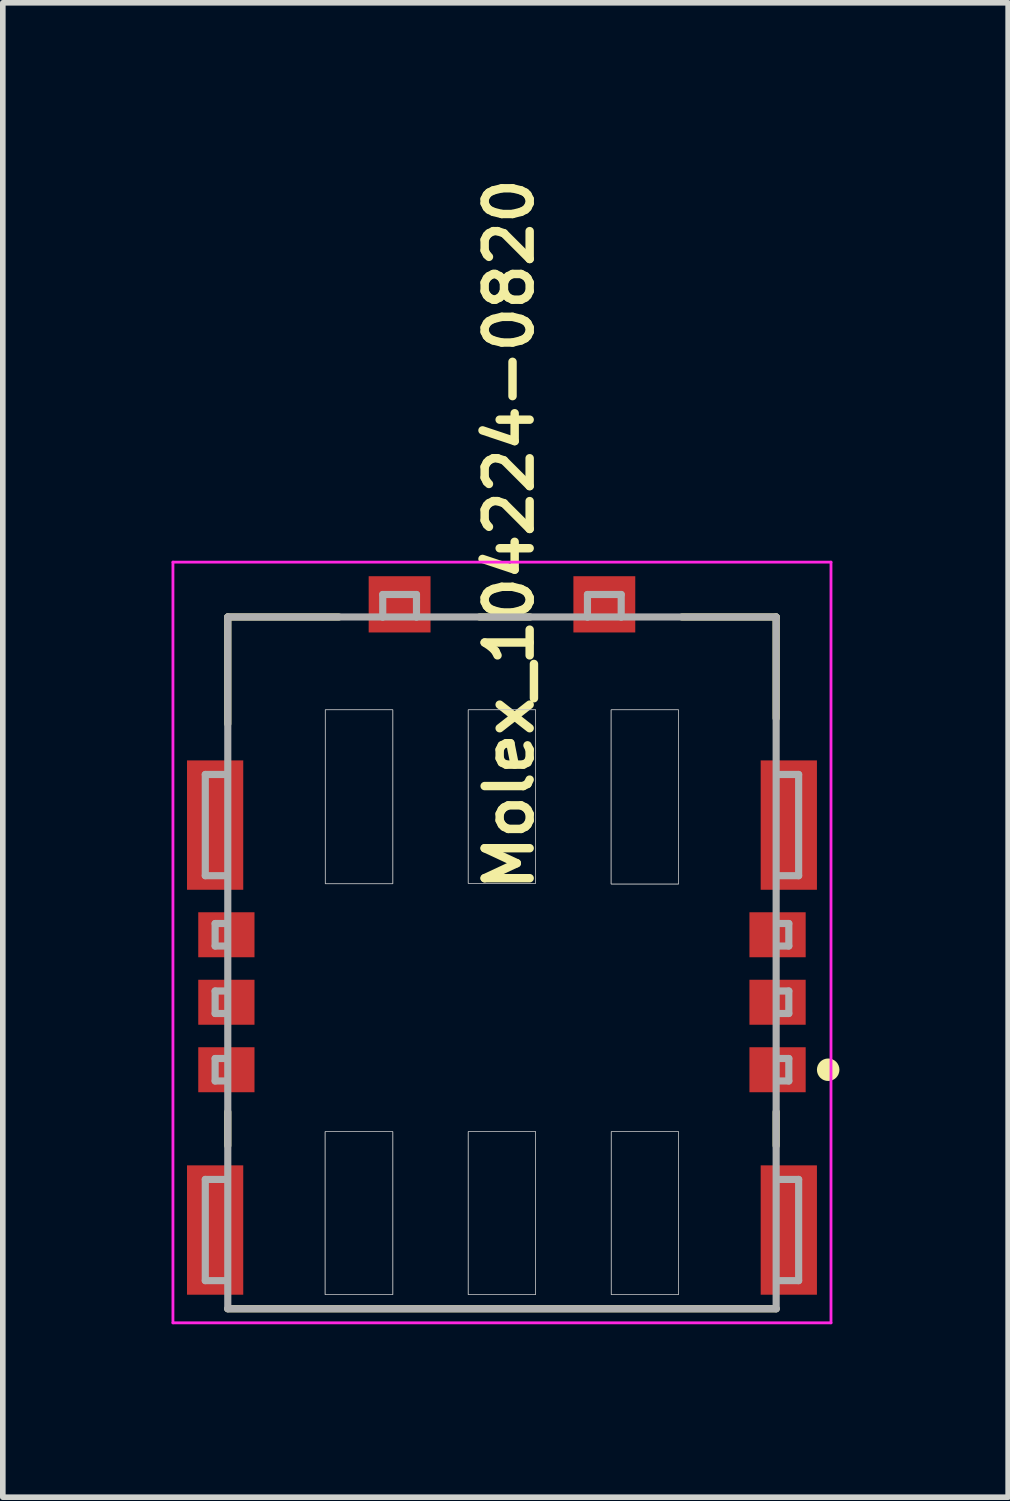
<source format=kicad_pcb>
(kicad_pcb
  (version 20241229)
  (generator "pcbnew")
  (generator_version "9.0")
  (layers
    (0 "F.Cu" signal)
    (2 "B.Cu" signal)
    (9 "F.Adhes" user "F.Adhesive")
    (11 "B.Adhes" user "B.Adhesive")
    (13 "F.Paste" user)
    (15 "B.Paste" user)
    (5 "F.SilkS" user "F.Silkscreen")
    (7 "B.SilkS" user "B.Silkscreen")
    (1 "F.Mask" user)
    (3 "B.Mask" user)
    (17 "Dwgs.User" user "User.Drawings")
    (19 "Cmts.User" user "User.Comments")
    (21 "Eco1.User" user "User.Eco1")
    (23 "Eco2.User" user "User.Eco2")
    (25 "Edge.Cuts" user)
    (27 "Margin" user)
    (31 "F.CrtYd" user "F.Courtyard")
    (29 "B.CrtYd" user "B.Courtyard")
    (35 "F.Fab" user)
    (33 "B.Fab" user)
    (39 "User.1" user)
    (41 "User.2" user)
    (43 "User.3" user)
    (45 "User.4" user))
  (footprint "Molex_104224-0820"
    (layer "F.Cu")
    (at 5.875 20.32)
    (property "Reference" "Molex_104224-0820" (at 0.13 -13.87 270) (layer "F.SilkS") (effects (font (size 0.8 0.8) (thickness 0.15))))
    (attr through_hole)
    (fp_line (start -4.875 -12.4) (end -4.875 -10.5) (stroke (width 0.127) (type solid)) (layer "F.SilkS"))
    (fp_line (start -4.875 -3.6) (end -4.875 -3) (stroke (width 0.127) (type solid)) (layer "F.SilkS"))
    (fp_line (start -4.875 -0.1) (end 4.875 -0.1) (stroke (width 0.127) (type solid)) (layer "F.SilkS"))
    (fp_line (start -2.9 -12.4) (end -4.875 -12.4) (stroke (width 0.127) (type solid)) (layer "F.SilkS"))
    (fp_line (start -0.4 -12.4) (end 0.5 -12.4) (stroke (width 0.127) (type solid)) (layer "F.SilkS"))
    (fp_line (start 3.2 -12.4) (end 4.875 -12.4) (stroke (width 0.127) (type solid)) (layer "F.SilkS"))
    (fp_line (start 4.875 -12.4) (end 4.875 -10.6) (stroke (width 0.127) (type solid)) (layer "F.SilkS"))
    (fp_line (start 4.875 -3.6) (end 4.875 -3) (stroke (width 0.127) (type solid)) (layer "F.SilkS"))
    (fp_circle (center 5.8 -4.35) (end 5.9 -4.35) (stroke (width 0.2) (type solid)) (fill no) (layer "F.SilkS"))
    (fp_poly (pts (xy -3.146 -3.25) (xy -1.94 -3.25) (xy -1.94 -0.351) (xy -3.146 -0.351)) (stroke (width 0.01) (type solid)) (fill no) (layer "Dwgs.User"))
    (fp_poly (pts (xy -3.144 -3.25) (xy -1.94 -3.25) (xy -1.94 -0.35) (xy -3.144 -0.35)) (stroke (width 0.01) (type solid)) (fill no) (layer "Dwgs.User"))
    (fp_poly (pts (xy -3.143 -10.75) (xy -1.94 -10.75) (xy -1.94 -7.656) (xy -3.143 -7.656)) (stroke (width 0.01) (type solid)) (fill no) (layer "Dwgs.User"))
    (fp_poly (pts (xy -3.142 -10.75) (xy -1.94 -10.75) (xy -1.94 -7.656) (xy -3.142 -7.656)) (stroke (width 0.01) (type solid)) (fill no) (layer "Dwgs.User"))
    (fp_poly (pts (xy -0.601 -3.25) (xy 0.6 -3.25) (xy 0.6 -0.351) (xy -0.601 -0.351)) (stroke (width 0.01) (type solid)) (fill no) (layer "Dwgs.User"))
    (fp_poly (pts (xy -0.601 -10.75) (xy 0.6 -10.75) (xy 0.6 -7.663) (xy -0.601 -7.663)) (stroke (width 0.01) (type solid)) (fill no) (layer "Dwgs.User"))
    (fp_poly (pts (xy -0.601 -10.75) (xy 0.6 -10.75) (xy 0.6 -7.663) (xy -0.601 -7.663)) (stroke (width 0.01) (type solid)) (fill no) (layer "Dwgs.User"))
    (fp_poly (pts (xy -0.601 -3.25) (xy 0.6 -3.25) (xy 0.6 -0.35) (xy -0.601 -0.35)) (stroke (width 0.01) (type solid)) (fill no) (layer "Dwgs.User"))
    (fp_poly (pts (xy 1.94 -10.75) (xy 3.14 -10.75) (xy 3.14 -7.651) (xy 1.94 -7.651)) (stroke (width 0.01) (type solid)) (fill no) (layer "Dwgs.User"))
    (fp_poly (pts (xy 1.94 -10.75) (xy 3.14 -10.75) (xy 3.14 -7.652) (xy 1.94 -7.652)) (stroke (width 0.01) (type solid)) (fill no) (layer "Dwgs.User"))
    (fp_poly (pts (xy 1.941 -3.25) (xy 3.14 -3.25) (xy 3.14 -0.35) (xy 1.941 -0.35)) (stroke (width 0.01) (type solid)) (fill no) (layer "Dwgs.User"))
    (fp_poly (pts (xy 1.943 -3.25) (xy 3.14 -3.25) (xy 3.14 -0.351) (xy 1.943 -0.351)) (stroke (width 0.01) (type solid)) (fill no) (layer "Dwgs.User"))
    (fp_line (start -5.85 -13.375) (end -5.85 0.15) (stroke (width 0.05) (type solid)) (layer "F.CrtYd"))
    (fp_line (start -5.85 0.15) (end 5.85 0.15) (stroke (width 0.05) (type solid)) (layer "F.CrtYd"))
    (fp_line (start 5.85 -13.375) (end -5.85 -13.375) (stroke (width 0.05) (type solid)) (layer "F.CrtYd"))
    (fp_line (start 5.85 0.15) (end 5.85 -13.375) (stroke (width 0.05) (type solid)) (layer "F.CrtYd"))
    (fp_line (start -5.275 -9.6) (end -5.275 -7.8) (stroke (width 0.127) (type solid)) (layer "F.Fab"))
    (fp_line (start -5.275 -7.8) (end -4.9 -7.8) (stroke (width 0.127) (type solid)) (layer "F.Fab"))
    (fp_line (start -5.275 -2.4) (end -5.275 -0.6) (stroke (width 0.127) (type solid)) (layer "F.Fab"))
    (fp_line (start -5.275 -0.6) (end -4.9 -0.6) (stroke (width 0.127) (type solid)) (layer "F.Fab"))
    (fp_line (start -5.1 -6.95) (end -5.1 -6.55) (stroke (width 0.127) (type solid)) (layer "F.Fab"))
    (fp_line (start -5.1 -6.55) (end -4.9 -6.55) (stroke (width 0.127) (type solid)) (layer "F.Fab"))
    (fp_line (start -5.1 -5.75) (end -5.1 -5.35) (stroke (width 0.127) (type solid)) (layer "F.Fab"))
    (fp_line (start -5.1 -5.35) (end -4.9 -5.35) (stroke (width 0.127) (type solid)) (layer "F.Fab"))
    (fp_line (start -5.1 -4.55) (end -5.1 -4.15) (stroke (width 0.127) (type solid)) (layer "F.Fab"))
    (fp_line (start -5.1 -4.15) (end -4.9 -4.15) (stroke (width 0.127) (type solid)) (layer "F.Fab"))
    (fp_line (start -4.9 -9.6) (end -5.275 -9.6) (stroke (width 0.127) (type solid)) (layer "F.Fab"))
    (fp_line (start -4.9 -6.95) (end -5.1 -6.95) (stroke (width 0.127) (type solid)) (layer "F.Fab"))
    (fp_line (start -4.9 -5.75) (end -5.1 -5.75) (stroke (width 0.127) (type solid)) (layer "F.Fab"))
    (fp_line (start -4.9 -4.55) (end -5.1 -4.55) (stroke (width 0.127) (type solid)) (layer "F.Fab"))
    (fp_line (start -4.9 -2.4) (end -5.275 -2.4) (stroke (width 0.127) (type solid)) (layer "F.Fab"))
    (fp_line (start -4.875 -12.4) (end -2.12 -12.4) (stroke (width 0.127) (type solid)) (layer "F.Fab"))
    (fp_line (start -4.875 -0.1) (end -4.875 -12.4) (stroke (width 0.127) (type solid)) (layer "F.Fab"))
    (fp_line (start -2.12 -12.8) (end -2.12 -12.4) (stroke (width 0.127) (type solid)) (layer "F.Fab"))
    (fp_line (start -2.12 -12.4) (end -1.52 -12.4) (stroke (width 0.127) (type solid)) (layer "F.Fab"))
    (fp_line (start -1.52 -12.8) (end -2.12 -12.8) (stroke (width 0.127) (type solid)) (layer "F.Fab"))
    (fp_line (start -1.52 -12.4) (end -1.52 -12.8) (stroke (width 0.127) (type solid)) (layer "F.Fab"))
    (fp_line (start -1.52 -12.4) (end 1.52 -12.4) (stroke (width 0.127) (type solid)) (layer "F.Fab"))
    (fp_line (start 1.52 -12.8) (end 1.52 -12.4) (stroke (width 0.127) (type solid)) (layer "F.Fab"))
    (fp_line (start 1.52 -12.4) (end 2.12 -12.4) (stroke (width 0.127) (type solid)) (layer "F.Fab"))
    (fp_line (start 2.12 -12.8) (end 1.52 -12.8) (stroke (width 0.127) (type solid)) (layer "F.Fab"))
    (fp_line (start 2.12 -12.4) (end 2.12 -12.8) (stroke (width 0.127) (type solid)) (layer "F.Fab"))
    (fp_line (start 2.12 -12.4) (end 4.875 -12.4) (stroke (width 0.127) (type solid)) (layer "F.Fab"))
    (fp_line (start 4.875 -12.4) (end 4.875 -0.1) (stroke (width 0.127) (type solid)) (layer "F.Fab"))
    (fp_line (start 4.875 -0.1) (end -4.875 -0.1) (stroke (width 0.127) (type solid)) (layer "F.Fab"))
    (fp_line (start 4.9 -7.8) (end 5.275 -7.8) (stroke (width 0.127) (type solid)) (layer "F.Fab"))
    (fp_line (start 4.9 -6.55) (end 5.1 -6.55) (stroke (width 0.127) (type solid)) (layer "F.Fab"))
    (fp_line (start 4.9 -5.35) (end 5.1 -5.35) (stroke (width 0.127) (type solid)) (layer "F.Fab"))
    (fp_line (start 4.9 -4.15) (end 5.1 -4.15) (stroke (width 0.127) (type solid)) (layer "F.Fab"))
    (fp_line (start 4.9 -0.6) (end 5.275 -0.6) (stroke (width 0.127) (type solid)) (layer "F.Fab"))
    (fp_line (start 5.1 -6.95) (end 4.9 -6.95) (stroke (width 0.127) (type solid)) (layer "F.Fab"))
    (fp_line (start 5.1 -6.55) (end 5.1 -6.95) (stroke (width 0.127) (type solid)) (layer "F.Fab"))
    (fp_line (start 5.1 -5.75) (end 4.9 -5.75) (stroke (width 0.127) (type solid)) (layer "F.Fab"))
    (fp_line (start 5.1 -5.35) (end 5.1 -5.75) (stroke (width 0.127) (type solid)) (layer "F.Fab"))
    (fp_line (start 5.1 -4.55) (end 4.9 -4.55) (stroke (width 0.127) (type solid)) (layer "F.Fab"))
    (fp_line (start 5.1 -4.15) (end 5.1 -4.55) (stroke (width 0.127) (type solid)) (layer "F.Fab"))
    (fp_line (start 5.275 -9.6) (end 4.9 -9.6) (stroke (width 0.127) (type solid)) (layer "F.Fab"))
    (fp_line (start 5.275 -7.8) (end 5.275 -9.6) (stroke (width 0.127) (type solid)) (layer "F.Fab"))
    (fp_line (start 5.275 -2.4) (end 4.9 -2.4) (stroke (width 0.127) (type solid)) (layer "F.Fab"))
    (fp_line (start 5.275 -0.6) (end 5.275 -2.4) (stroke (width 0.127) (type solid)) (layer "F.Fab"))
    (pad "1" smd rect (at 4.9 -4.35) (size 1 0.8) (layers "F.Cu" "F.Mask" "F.Paste"))
    (pad "2" smd rect (at 4.9 -5.55) (size 1 0.8) (layers "F.Cu" "F.Mask" "F.Paste"))
    (pad "3" smd rect (at -4.9 -4.35) (size 1 0.8) (layers "F.Cu" "F.Mask" "F.Paste"))
    (pad "4" smd rect (at 4.9 -6.75) (size 1 0.8) (layers "F.Cu" "F.Mask" "F.Paste"))
    (pad "5" smd rect (at -4.9 -5.55) (size 1 0.8) (layers "F.Cu" "F.Mask" "F.Paste"))
    (pad "6" smd rect (at -4.9 -6.75) (size 1 0.8) (layers "F.Cu" "F.Mask" "F.Paste"))
    (pad "R1" smd rect (at -1.82 -12.625) (size 1.1 1) (layers "F.Cu" "F.Mask" "F.Paste"))
    (pad "R2" smd rect (at 1.82 -12.625) (size 1.1 1) (layers "F.Cu" "F.Mask" "F.Paste"))
    (pad "SH" smd rect (at -5.1 -8.7) (size 1 2.3) (layers "F.Cu" "F.Mask" "F.Paste"))
    (pad "SH" smd rect (at -5.1 -1.5) (size 1 2.3) (layers "F.Cu" "F.Mask" "F.Paste"))
    (pad "SH" smd rect (at 5.1 -8.7) (size 1 2.3) (layers "F.Cu" "F.Mask" "F.Paste"))
    (pad "SH" smd rect (at 5.1 -1.5) (size 1 2.3) (layers "F.Cu" "F.Mask" "F.Paste")))
  (gr_rect
    (start -3 -3)
    (end 14.875 23.57)
    (stroke (width 0.1) (type default))
    (fill no)
    (layer "Edge.Cuts")))
</source>
